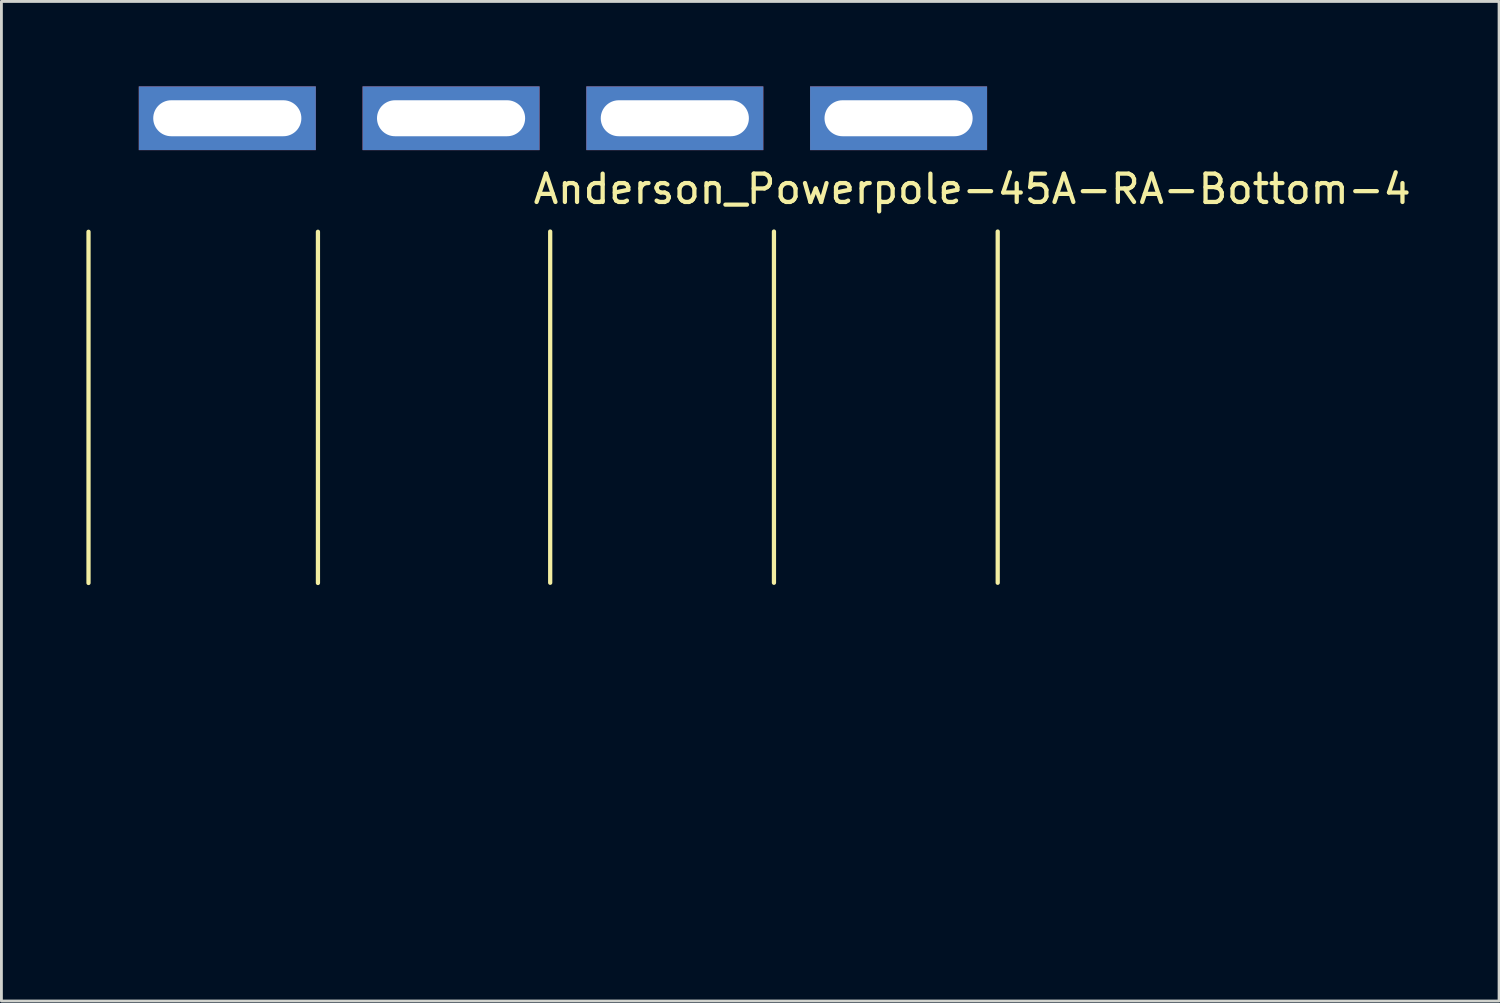
<source format=kicad_pcb>
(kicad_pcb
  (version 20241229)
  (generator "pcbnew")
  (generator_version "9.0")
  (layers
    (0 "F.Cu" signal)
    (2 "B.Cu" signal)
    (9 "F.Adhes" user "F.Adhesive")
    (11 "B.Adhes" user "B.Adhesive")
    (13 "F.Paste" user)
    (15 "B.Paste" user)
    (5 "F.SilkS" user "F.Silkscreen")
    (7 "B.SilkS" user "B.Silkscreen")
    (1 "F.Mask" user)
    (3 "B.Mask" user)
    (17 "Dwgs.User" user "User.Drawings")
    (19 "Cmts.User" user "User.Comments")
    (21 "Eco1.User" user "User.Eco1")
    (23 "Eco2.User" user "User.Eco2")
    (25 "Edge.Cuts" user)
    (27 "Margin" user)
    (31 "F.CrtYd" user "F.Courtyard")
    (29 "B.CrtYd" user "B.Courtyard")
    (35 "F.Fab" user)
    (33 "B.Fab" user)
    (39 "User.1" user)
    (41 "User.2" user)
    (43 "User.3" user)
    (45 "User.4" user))
  (footprint "Anderson_Powerpole-45A-RA-Bottom-4"
    (layer "F.Cu")
    (at 4.975 1.125)
    (property "Reference" "Anderson_Powerpole-45A-RA-Bottom-4" (at 26.3 2.5 0) (layer "F.SilkS") (effects (font (size 1 1) (thickness 0.15))))
    (attr through_hole)
    (fp_line (start -4.9 4.008) (end -4.9 16.408) (stroke (width 0.15) (type solid)) (layer "F.SilkS"))
    (fp_line (start 3.2 4.008) (end 3.2 16.408) (stroke (width 0.15) (type solid)) (layer "F.SilkS"))
    (fp_line (start 11.4 4) (end 11.4 16.4) (stroke (width 0.15) (type solid)) (layer "F.SilkS"))
    (fp_line (start 19.3 4) (end 19.3 16.4) (stroke (width 0.15) (type solid)) (layer "F.SilkS"))
    (fp_line (start 27.2 4) (end 27.2 16.4) (stroke (width 0.15) (type solid)) (layer "F.SilkS"))
    (fp_line (start 0 0) (end 0 26.592) (stroke (width 0.15) (type solid)) (layer "Eco1.User"))
    (fp_line (start 0.25 26.592) (end -0.25 26.592) (stroke (width 0.15) (type solid)) (layer "Eco1.User"))
    (fp_line (start 7.9 0) (end 7.9 26.592) (stroke (width 0.15) (type solid)) (layer "Eco1.User"))
    (fp_line (start 8.15 26.592) (end 7.65 26.592) (stroke (width 0.15) (type solid)) (layer "Eco1.User"))
    (fp_line (start 15.8 0) (end 15.8 26.592) (stroke (width 0.15) (type solid)) (layer "Eco1.User"))
    (fp_line (start 16.05 26.592) (end 15.55 26.592) (stroke (width 0.15) (type solid)) (layer "Eco1.User"))
    (fp_line (start 23.7 0) (end 23.7 26.592) (stroke (width 0.15) (type solid)) (layer "Eco1.User"))
    (fp_line (start 23.95 26.592) (end 23.45 26.592) (stroke (width 0.15) (type solid)) (layer "Eco1.User"))
    (fp_line (start -4.2 3.492) (end 4.2 3.492) (stroke (width 0.15) (type solid)) (layer "Eco2.User"))
    (fp_line (start -4.1 16.892) (end -4.2 3.492) (stroke (width 0.15) (type solid)) (layer "Eco2.User"))
    (fp_line (start -3.95 28.092) (end -4.1 19.492) (stroke (width 0.15) (type solid)) (layer "Eco2.User"))
    (fp_line (start 3.7 3.492) (end 12.1 3.492) (stroke (width 0.15) (type solid)) (layer "Eco2.User"))
    (fp_line (start 3.8 16.892) (end 3.7 3.492) (stroke (width 0.15) (type solid)) (layer "Eco2.User"))
    (fp_line (start 3.95 28.092) (end -3.95 28.092) (stroke (width 0.15) (type solid)) (layer "Eco2.User"))
    (fp_line (start 3.95 28.092) (end 3.8 19.492) (stroke (width 0.15) (type solid)) (layer "Eco2.User"))
    (fp_line (start 3.95 28.092) (end 4.1 19.492) (stroke (width 0.15) (type solid)) (layer "Eco2.User"))
    (fp_line (start 4.1 16.892) (end 4.2 3.492) (stroke (width 0.15) (type solid)) (layer "Eco2.User"))
    (fp_line (start 11.6 3.492) (end 20 3.492) (stroke (width 0.15) (type solid)) (layer "Eco2.User"))
    (fp_line (start 11.7 16.892) (end 11.6 3.492) (stroke (width 0.15) (type solid)) (layer "Eco2.User"))
    (fp_line (start 11.85 28.092) (end 3.95 28.092) (stroke (width 0.15) (type solid)) (layer "Eco2.User"))
    (fp_line (start 11.85 28.092) (end 11.7 19.492) (stroke (width 0.15) (type solid)) (layer "Eco2.User"))
    (fp_line (start 11.85 28.092) (end 12 19.492) (stroke (width 0.15) (type solid)) (layer "Eco2.User"))
    (fp_line (start 12 16.892) (end 12.1 3.492) (stroke (width 0.15) (type solid)) (layer "Eco2.User"))
    (fp_line (start 19.5 3.492) (end 27.9 3.492) (stroke (width 0.15) (type solid)) (layer "Eco2.User"))
    (fp_line (start 19.6 16.892) (end 19.5 3.492) (stroke (width 0.15) (type solid)) (layer "Eco2.User"))
    (fp_line (start 19.75 28.092) (end 11.85 28.092) (stroke (width 0.15) (type solid)) (layer "Eco2.User"))
    (fp_line (start 19.75 28.092) (end 19.6 19.492) (stroke (width 0.15) (type solid)) (layer "Eco2.User"))
    (fp_line (start 19.75 28.092) (end 19.9 19.492) (stroke (width 0.15) (type solid)) (layer "Eco2.User"))
    (fp_line (start 19.9 16.892) (end 20 3.492) (stroke (width 0.15) (type solid)) (layer "Eco2.User"))
    (fp_line (start 27.65 28.092) (end 19.75 28.092) (stroke (width 0.15) (type solid)) (layer "Eco2.User"))
    (fp_line (start 27.65 28.092) (end 27.8 19.492) (stroke (width 0.15) (type solid)) (layer "Eco2.User"))
    (fp_line (start 27.8 16.892) (end 27.9 3.492) (stroke (width 0.15) (type solid)) (layer "Eco2.User"))
    (fp_arc (start -4.1 16.892) (mid -3.180761 17.272761) (end -2.8 18.192) (stroke (width 0.15) (type solid)) (layer "Eco2.User"))
    (fp_arc (start -2.8 18.192) (mid -3.180761 19.111239) (end -4.1 19.492) (stroke (width 0.15) (type solid)) (layer "Eco2.User"))
    (fp_arc (start 2.8 18.192) (mid 3.180761 17.272761) (end 4.1 16.892) (stroke (width 0.15) (type solid)) (layer "Eco2.User"))
    (fp_arc (start 3.8 16.892) (mid 4.719239 17.272761) (end 5.1 18.192) (stroke (width 0.15) (type solid)) (layer "Eco2.User"))
    (fp_arc (start 4.1 19.492) (mid 3.180761 19.111239) (end 2.8 18.192) (stroke (width 0.15) (type solid)) (layer "Eco2.User"))
    (fp_arc (start 5.1 18.192) (mid 4.719239 19.111239) (end 3.8 19.492) (stroke (width 0.15) (type solid)) (layer "Eco2.User"))
    (fp_arc (start 10.7 18.192) (mid 11.080761 17.272761) (end 12 16.892) (stroke (width 0.15) (type solid)) (layer "Eco2.User"))
    (fp_arc (start 11.7 16.892) (mid 12.619239 17.272761) (end 13 18.192) (stroke (width 0.15) (type solid)) (layer "Eco2.User"))
    (fp_arc (start 12 19.492) (mid 11.080761 19.111239) (end 10.7 18.192) (stroke (width 0.15) (type solid)) (layer "Eco2.User"))
    (fp_arc (start 13 18.192) (mid 12.619239 19.111239) (end 11.7 19.492) (stroke (width 0.15) (type solid)) (layer "Eco2.User"))
    (fp_arc (start 18.6 18.192) (mid 18.980761 17.272761) (end 19.9 16.892) (stroke (width 0.15) (type solid)) (layer "Eco2.User"))
    (fp_arc (start 19.6 16.892) (mid 20.519239 17.272761) (end 20.9 18.192) (stroke (width 0.15) (type solid)) (layer "Eco2.User"))
    (fp_arc (start 19.9 19.492) (mid 18.980761 19.111239) (end 18.6 18.192) (stroke (width 0.15) (type solid)) (layer "Eco2.User"))
    (fp_arc (start 20.9 18.192) (mid 20.519239 19.111239) (end 19.6 19.492) (stroke (width 0.15) (type solid)) (layer "Eco2.User"))
    (fp_arc (start 26.5 18.192) (mid 26.880761 17.272761) (end 27.8 16.892) (stroke (width 0.15) (type solid)) (layer "Eco2.User"))
    (fp_arc (start 27.8 19.492) (mid 26.880761 19.111239) (end 26.5 18.192) (stroke (width 0.15) (type solid)) (layer "Eco2.User"))
    (pad "1" thru_hole rect (at 0 0) (size 6.25 2.25) (drill oval 5.23 1.27) (layers "*.Cu" "*.Mask"))
    (pad "2" thru_hole rect (at 7.9 0) (size 6.25 2.25) (drill oval 5.23 1.27) (layers "*.Cu" "*.Mask"))
    (pad "3" thru_hole rect (at 15.8 0) (size 6.25 2.25) (drill oval 5.23 1.27) (layers "*.Cu" "*.Mask"))
    (pad "4" thru_hole rect (at 23.7 0) (size 6.25 2.25) (drill oval 5.23 1.27) (layers "*.Cu" "*.Mask")))
  (gr_rect
    (start -3 -3)
    (end 49.876 32.292)
    (stroke (width 0.1) (type default))
    (fill no)
    (layer "Edge.Cuts")))
</source>
